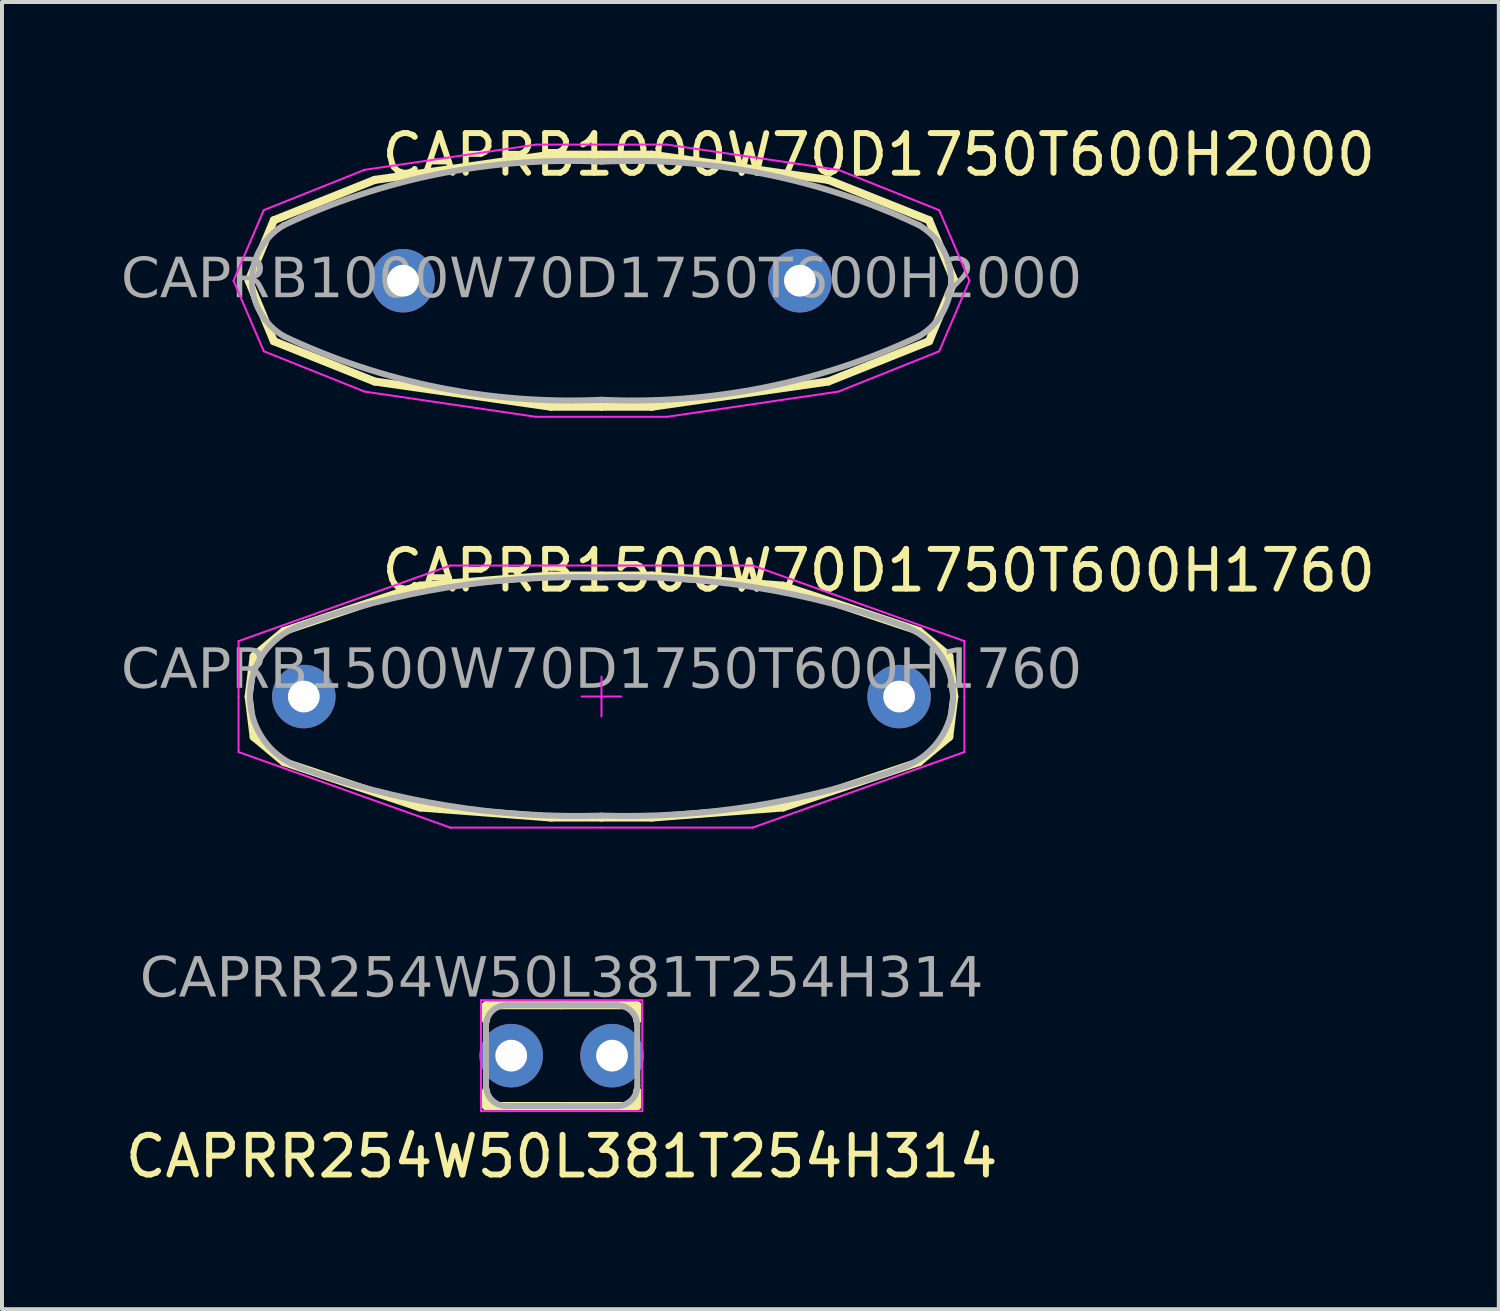
<source format=kicad_pcb>
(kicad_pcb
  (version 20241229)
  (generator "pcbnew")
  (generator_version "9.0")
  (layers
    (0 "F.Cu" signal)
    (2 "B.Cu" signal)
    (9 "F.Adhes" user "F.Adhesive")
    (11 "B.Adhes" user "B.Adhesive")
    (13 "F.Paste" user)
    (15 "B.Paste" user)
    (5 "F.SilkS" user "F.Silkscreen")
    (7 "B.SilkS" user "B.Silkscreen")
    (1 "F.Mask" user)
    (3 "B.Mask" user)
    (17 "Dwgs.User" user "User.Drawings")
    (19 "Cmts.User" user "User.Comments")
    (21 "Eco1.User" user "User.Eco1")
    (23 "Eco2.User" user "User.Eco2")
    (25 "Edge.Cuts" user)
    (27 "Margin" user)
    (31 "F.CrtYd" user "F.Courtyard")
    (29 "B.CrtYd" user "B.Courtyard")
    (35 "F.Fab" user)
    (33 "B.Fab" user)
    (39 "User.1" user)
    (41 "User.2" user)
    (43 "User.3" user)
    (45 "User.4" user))
  (footprint "CAPRB1000W70D1750T600H2000"
    (layer "F.Cu")
    (at 12.105 4.023)
    (property "Reference" "CAPRB1000W70D1750T600H2000" (at 6.985 -3.175 0) (layer "F.SilkS") (effects (font (size 1 1) (thickness 0.15))))
    (attr through_hole)
    (fp_line (start -8.255 -1.524) (end -8.89 0) (stroke (width 0.203) (type default)) (layer "F.SilkS"))
    (fp_line (start -8.255 -1.524) (end -5.715 -2.54) (stroke (width 0.203) (type default)) (layer "F.SilkS"))
    (fp_line (start -8.255 1.524) (end -8.89 0) (stroke (width 0.203) (type default)) (layer "F.SilkS"))
    (fp_line (start -8.255 1.524) (end -5.715 2.54) (stroke (width 0.203) (type default)) (layer "F.SilkS"))
    (fp_line (start -1.27 -3.175) (end -5.715 -2.54) (stroke (width 0.203) (type default)) (layer "F.SilkS"))
    (fp_line (start -1.27 -3.175) (end 0 -3.175) (stroke (width 0.203) (type solid)) (layer "F.SilkS"))
    (fp_line (start -1.27 3.175) (end -5.715 2.54) (stroke (width 0.203) (type default)) (layer "F.SilkS"))
    (fp_line (start -1.27 3.175) (end 0 3.175) (stroke (width 0.203) (type solid)) (layer "F.SilkS"))
    (fp_line (start 1.27 -3.175) (end 0 -3.175) (stroke (width 0.203) (type solid)) (layer "F.SilkS"))
    (fp_line (start 1.27 -3.175) (end 5.715 -2.54) (stroke (width 0.203) (type default)) (layer "F.SilkS"))
    (fp_line (start 1.27 3.175) (end 0 3.175) (stroke (width 0.203) (type solid)) (layer "F.SilkS"))
    (fp_line (start 1.27 3.175) (end 5.715 2.54) (stroke (width 0.203) (type default)) (layer "F.SilkS"))
    (fp_line (start 8.255 -1.524) (end 5.715 -2.54) (stroke (width 0.203) (type default)) (layer "F.SilkS"))
    (fp_line (start 8.255 -1.524) (end 8.89 0) (stroke (width 0.203) (type default)) (layer "F.SilkS"))
    (fp_line (start 8.255 1.524) (end 5.715 2.54) (stroke (width 0.203) (type default)) (layer "F.SilkS"))
    (fp_line (start 8.255 1.524) (end 8.89 0) (stroke (width 0.203) (type default)) (layer "F.SilkS"))
    (fp_line (start -8.509 -1.778) (end -9.271 0) (stroke (width 0.05) (type solid)) (layer "F.CrtYd"))
    (fp_line (start -8.509 -1.778) (end -5.969 -2.794) (stroke (width 0.05) (type solid)) (layer "F.CrtYd"))
    (fp_line (start -8.509 1.778) (end -9.271 0) (stroke (width 0.05) (type solid)) (layer "F.CrtYd"))
    (fp_line (start -8.509 1.778) (end -5.969 2.794) (stroke (width 0.05) (type solid)) (layer "F.CrtYd"))
    (fp_line (start -5.969 -2.794) (end -1.651 -3.429) (stroke (width 0.05) (type solid)) (layer "F.CrtYd"))
    (fp_line (start -5.969 2.794) (end -1.651 3.429) (stroke (width 0.05) (type solid)) (layer "F.CrtYd"))
    (fp_line (start 0 -3.429) (end -1.651 -3.429) (stroke (width 0.05) (type solid)) (layer "F.CrtYd"))
    (fp_line (start 0 -3.429) (end 1.651 -3.429) (stroke (width 0.05) (type solid)) (layer "F.CrtYd"))
    (fp_line (start 0 3.429) (end -1.651 3.429) (stroke (width 0.05) (type solid)) (layer "F.CrtYd"))
    (fp_line (start 0 3.429) (end 1.651 3.429) (stroke (width 0.05) (type solid)) (layer "F.CrtYd"))
    (fp_line (start 5.969 -2.794) (end 1.651 -3.429) (stroke (width 0.05) (type solid)) (layer "F.CrtYd"))
    (fp_line (start 5.969 2.794) (end 1.651 3.429) (stroke (width 0.05) (type solid)) (layer "F.CrtYd"))
    (fp_line (start 8.509 -1.778) (end 5.969 -2.794) (stroke (width 0.05) (type solid)) (layer "F.CrtYd"))
    (fp_line (start 8.509 -1.778) (end 9.271 0) (stroke (width 0.05) (type solid)) (layer "F.CrtYd"))
    (fp_line (start 8.509 1.778) (end 5.969 2.794) (stroke (width 0.05) (type solid)) (layer "F.CrtYd"))
    (fp_line (start 8.509 1.778) (end 9.271 0) (stroke (width 0.05) (type solid)) (layer "F.CrtYd"))
    (fp_arc (start -8 -1.4) (mid -4.098228 -2.691139) (end 0 -3) (stroke (width 0.1524) (type default)) (layer "F.Fab"))
    (fp_arc (start -8 1.4) (mid -8.808291 0) (end -8 -1.4) (stroke (width 0.1524) (type default)) (layer "F.Fab"))
    (fp_arc (start 0 -3) (mid 4.098228 -2.691138) (end 8 -1.4) (stroke (width 0.1524) (type default)) (layer "F.Fab"))
    (fp_arc (start 0 3) (mid -4.098228 2.691138) (end -8 1.4) (stroke (width 0.1524) (type default)) (layer "F.Fab"))
    (fp_arc (start 8 -1.4) (mid 8.808291 0) (end 8 1.4) (stroke (width 0.1524) (type default)) (layer "F.Fab"))
    (fp_arc (start 8 1.4) (mid 4.098228 2.691139) (end 0 3) (stroke (width 0.1524) (type default)) (layer "F.Fab"))
    (fp_text user "${REFERENCE}" (at 0 0 0) (layer "F.Fab") (effects (font (face "Tahoma") (size 1 1) (thickness 0.09))))
    (pad "1" thru_hole circle (at -5 0) (size 1.6 1.6) (drill 0.8) (layers "*.Cu" "*.Mask"))
    (pad "2" thru_hole circle (at 5 0) (size 1.6 1.6) (drill 0.8) (layers "*.Cu" "*.Mask")))
  (footprint "CAPRB1500W70D1750T600H1760"
    (layer "F.Cu")
    (at 12.105 14.501)
    (property "Reference" "CAPRB1500W70D1750T600H1760" (at 6.985 -3.175 0) (layer "F.SilkS") (effects (font (size 1 1) (thickness 0.15))))
    (attr through_hole)
    (fp_line (start -8.763 -1.016) (end -8.89 0) (stroke (width 0.203) (type default)) (layer "F.SilkS"))
    (fp_line (start -8.763 -1.016) (end -8.001 -1.651) (stroke (width 0.203) (type default)) (layer "F.SilkS"))
    (fp_line (start -8.763 1.016) (end -8.89 0) (stroke (width 0.203) (type default)) (layer "F.SilkS"))
    (fp_line (start -8.763 1.016) (end -8.001 1.651) (stroke (width 0.203) (type default)) (layer "F.SilkS"))
    (fp_line (start -4.572 -2.794) (end -8.001 -1.651) (stroke (width 0.203) (type default)) (layer "F.SilkS"))
    (fp_line (start -4.572 2.794) (end -8.001 1.651) (stroke (width 0.203) (type default)) (layer "F.SilkS"))
    (fp_line (start -1.27 -3.048) (end -4.572 -2.794) (stroke (width 0.203) (type default)) (layer "F.SilkS"))
    (fp_line (start -1.27 -3.048) (end 0 -3.048) (stroke (width 0.203) (type solid)) (layer "F.SilkS"))
    (fp_line (start -1.27 3.048) (end -4.572 2.794) (stroke (width 0.203) (type default)) (layer "F.SilkS"))
    (fp_line (start -1.27 3.048) (end 0 3.048) (stroke (width 0.203) (type solid)) (layer "F.SilkS"))
    (fp_line (start 1.27 -3.048) (end 0 -3.048) (stroke (width 0.203) (type solid)) (layer "F.SilkS"))
    (fp_line (start 1.27 -3.048) (end 4.572 -2.794) (stroke (width 0.203) (type default)) (layer "F.SilkS"))
    (fp_line (start 1.27 3.048) (end 0 3.048) (stroke (width 0.203) (type solid)) (layer "F.SilkS"))
    (fp_line (start 1.27 3.048) (end 4.572 2.794) (stroke (width 0.203) (type default)) (layer "F.SilkS"))
    (fp_line (start 4.572 -2.794) (end 8.001 -1.651) (stroke (width 0.203) (type default)) (layer "F.SilkS"))
    (fp_line (start 4.572 2.794) (end 8.001 1.651) (stroke (width 0.203) (type default)) (layer "F.SilkS"))
    (fp_line (start 8.763 -1.016) (end 8.001 -1.651) (stroke (width 0.203) (type default)) (layer "F.SilkS"))
    (fp_line (start 8.763 -1.016) (end 8.89 0) (stroke (width 0.203) (type default)) (layer "F.SilkS"))
    (fp_line (start 8.763 1.016) (end 8.001 1.651) (stroke (width 0.203) (type default)) (layer "F.SilkS"))
    (fp_line (start 8.763 1.016) (end 8.89 0) (stroke (width 0.203) (type default)) (layer "F.SilkS"))
    (fp_line (start -9.144 -1.397) (end -9.144 0) (stroke (width 0.05) (type solid)) (layer "F.CrtYd"))
    (fp_line (start -9.144 1.397) (end -9.144 0) (stroke (width 0.05) (type solid)) (layer "F.CrtYd"))
    (fp_line (start -3.81 -3.302) (end -9.144 -1.397) (stroke (width 0.05) (type solid)) (layer "F.CrtYd"))
    (fp_line (start -3.81 3.302) (end -9.144 1.397) (stroke (width 0.05) (type solid)) (layer "F.CrtYd"))
    (fp_line (start -0.5 0) (end 0.5 0) (stroke (width 0.05) (type default)) (layer "F.CrtYd"))
    (fp_line (start 0 -3.302) (end -3.81 -3.302) (stroke (width 0.05) (type solid)) (layer "F.CrtYd"))
    (fp_line (start 0 -3.302) (end 3.81 -3.302) (stroke (width 0.05) (type solid)) (layer "F.CrtYd"))
    (fp_line (start 0 0.5) (end 0 -0.5) (stroke (width 0.05) (type default)) (layer "F.CrtYd"))
    (fp_line (start 0 3.302) (end -3.81 3.302) (stroke (width 0.05) (type solid)) (layer "F.CrtYd"))
    (fp_line (start 0 3.302) (end 3.81 3.302) (stroke (width 0.05) (type solid)) (layer "F.CrtYd"))
    (fp_line (start 3.81 -3.302) (end 9.144 -1.397) (stroke (width 0.05) (type solid)) (layer "F.CrtYd"))
    (fp_line (start 3.81 3.302) (end 9.144 1.397) (stroke (width 0.05) (type solid)) (layer "F.CrtYd"))
    (fp_line (start 9.144 -1.397) (end 9.144 0) (stroke (width 0.05) (type solid)) (layer "F.CrtYd"))
    (fp_line (start 9.144 1.397) (end 9.144 0) (stroke (width 0.05) (type solid)) (layer "F.CrtYd"))
    (fp_arc (start -7.619158 -1.775688) (mid -3.867954 -2.751123) (end 0 -3) (stroke (width 0.1524) (type default)) (layer "F.Fab"))
    (fp_arc (start -7.619158 1.775688) (mid -8.859563 0) (end -7.619158 -1.775688) (stroke (width 0.1524) (type default)) (layer "F.Fab"))
    (fp_arc (start 0 -3) (mid 3.867954 -2.751123) (end 7.619158 -1.775688) (stroke (width 0.1524) (type default)) (layer "F.Fab"))
    (fp_arc (start 0 3) (mid -3.867954 2.751123) (end -7.619158 1.775688) (stroke (width 0.1524) (type default)) (layer "F.Fab"))
    (fp_arc (start 7.62 -1.775688) (mid 8.860405 0) (end 7.62 1.775688) (stroke (width 0.1524) (type default)) (layer "F.Fab"))
    (fp_arc (start 7.62 1.775688) (mid 3.868796 2.751123) (end 0.000842 3) (stroke (width 0.1524) (type default)) (layer "F.Fab"))
    (fp_text user "${REFERENCE}" (at 0 -0.635 0) (layer "F.Fab") (effects (font (face "Tahoma") (size 1 1) (thickness 0.09))))
    (pad "1" thru_hole circle (at -7.5 0) (size 1.6 1.6) (drill 0.8) (layers "*.Cu" "*.Mask"))
    (pad "2" thru_hole circle (at 7.5 0) (size 1.6 1.6) (drill 0.8) (layers "*.Cu" "*.Mask")))
  (footprint "CAPRR254W50L381T254H314"
    (layer "F.Cu")
    (at 11.101 23.549)
    (property "Reference" "CAPRR254W50L381T254H314" (at 0 2.54 0) (layer "F.SilkS") (effects (font (size 1 1) (thickness 0.15))))
    (attr through_hole)
    (fp_line (start -1.905 -1.27) (end 0 -1.27) (stroke (width 0.203) (type solid)) (layer "F.SilkS"))
    (fp_line (start -1.905 -0.889) (end -1.905 -1.27) (stroke (width 0.203) (type solid)) (layer "F.SilkS"))
    (fp_line (start -1.905 0.889) (end -1.905 1.27) (stroke (width 0.203) (type solid)) (layer "F.SilkS"))
    (fp_line (start -1.905 1.27) (end 0 1.27) (stroke (width 0.203) (type solid)) (layer "F.SilkS"))
    (fp_line (start 1.905 -1.27) (end 0 -1.27) (stroke (width 0.203) (type solid)) (layer "F.SilkS"))
    (fp_line (start 1.905 -0.889) (end 1.905 -1.27) (stroke (width 0.203) (type solid)) (layer "F.SilkS"))
    (fp_line (start 1.905 0.889) (end 1.905 1.27) (stroke (width 0.203) (type solid)) (layer "F.SilkS"))
    (fp_line (start 1.905 1.27) (end 0 1.27) (stroke (width 0.203) (type solid)) (layer "F.SilkS"))
    (fp_line (start -2.032 -1.397) (end -2.032 1.397) (stroke (width 0.05) (type solid)) (layer "F.CrtYd"))
    (fp_line (start -2.032 1.397) (end 2.032 1.397) (stroke (width 0.05) (type solid)) (layer "F.CrtYd"))
    (fp_line (start 2.032 -1.397) (end -2.032 -1.397) (stroke (width 0.05) (type solid)) (layer "F.CrtYd"))
    (fp_line (start 2.032 1.397) (end 2.032 -1.397) (stroke (width 0.05) (type solid)) (layer "F.CrtYd"))
    (fp_line (start -1.905 -0.762) (end -1.905 0) (stroke (width 0.152) (type solid)) (layer "F.Fab"))
    (fp_line (start -1.905 0.762) (end -1.905 0) (stroke (width 0.152) (type solid)) (layer "F.Fab"))
    (fp_line (start 0 -1.27) (end -1.397 -1.27) (stroke (width 0.152) (type solid)) (layer "F.Fab"))
    (fp_line (start 0 -1.27) (end 1.397 -1.27) (stroke (width 0.152) (type solid)) (layer "F.Fab"))
    (fp_line (start 0 1.27) (end -1.397 1.27) (stroke (width 0.152) (type solid)) (layer "F.Fab"))
    (fp_line (start 0.002 1.272) (end 1.399 1.272) (stroke (width 0.152) (type solid)) (layer "F.Fab"))
    (fp_line (start 1.905 -0.762) (end 1.905 0) (stroke (width 0.152) (type solid)) (layer "F.Fab"))
    (fp_line (start 1.907 0.764) (end 1.907 0.002) (stroke (width 0.152) (type solid)) (layer "F.Fab"))
    (fp_arc (start -1.905 -0.762) (mid -1.755575 -1.120561) (end -1.397019 -1.27) (stroke (width 0.1524) (type default)) (layer "F.Fab"))
    (fp_arc (start -1.397019 1.27) (mid -1.755576 1.120562) (end -1.905 0.762) (stroke (width 0.1524) (type default)) (layer "F.Fab"))
    (fp_arc (start 1.397019 -1.27) (mid 1.755576 -1.120562) (end 1.905 -0.762) (stroke (width 0.1524) (type default)) (layer "F.Fab"))
    (fp_arc (start 1.907202 0.764203) (mid 1.757777 1.122764) (end 1.399221 1.272203) (stroke (width 0.1524) (type default)) (layer "F.Fab"))
    (fp_text user "${REFERENCE}" (at 0 -1.905 0) (layer "F.Fab") (effects (font (face "Tahoma") (size 1 1) (thickness 0.09))))
    (pad "1" thru_hole circle (at -1.27 0) (size 1.6 1.6) (drill 0.8) (layers "*.Cu" "*.Mask"))
    (pad "2" thru_hole circle (at 1.27 0) (size 1.6 1.6) (drill 0.8) (layers "*.Cu" "*.Mask")))
  (gr_rect
    (start -3 -3)
    (end 34.715 29.937)
    (stroke (width 0.1) (type default))
    (fill no)
    (layer "Edge.Cuts")))
</source>
